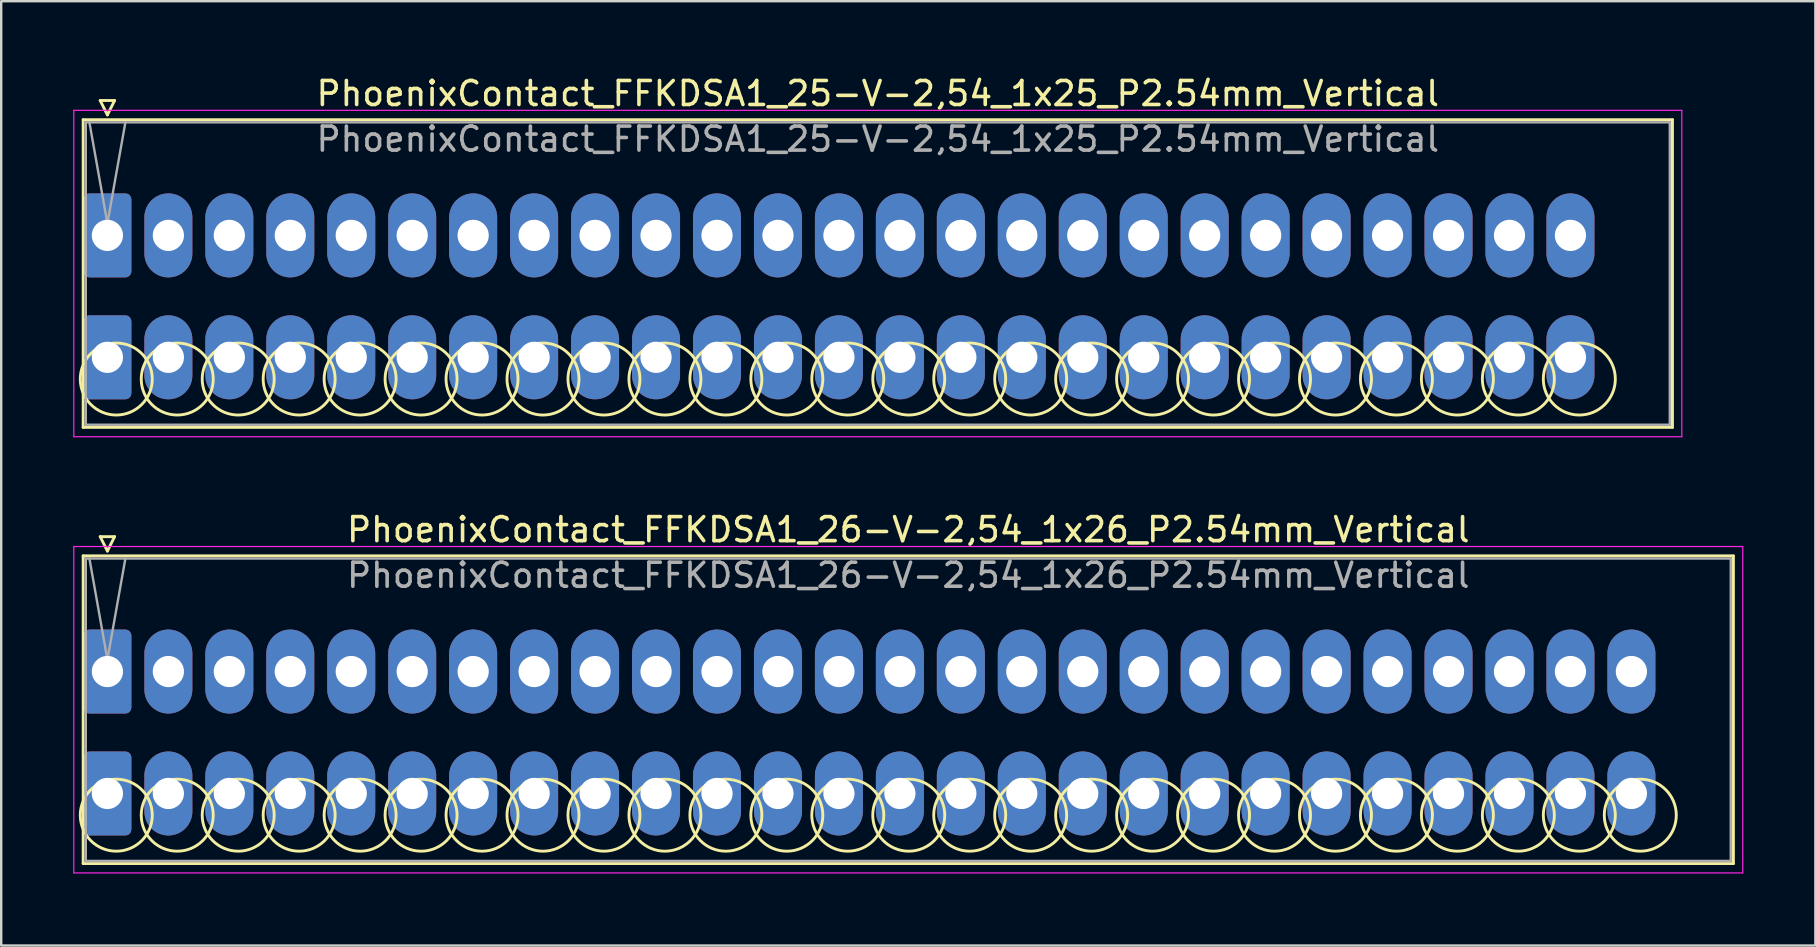
<source format=kicad_pcb>
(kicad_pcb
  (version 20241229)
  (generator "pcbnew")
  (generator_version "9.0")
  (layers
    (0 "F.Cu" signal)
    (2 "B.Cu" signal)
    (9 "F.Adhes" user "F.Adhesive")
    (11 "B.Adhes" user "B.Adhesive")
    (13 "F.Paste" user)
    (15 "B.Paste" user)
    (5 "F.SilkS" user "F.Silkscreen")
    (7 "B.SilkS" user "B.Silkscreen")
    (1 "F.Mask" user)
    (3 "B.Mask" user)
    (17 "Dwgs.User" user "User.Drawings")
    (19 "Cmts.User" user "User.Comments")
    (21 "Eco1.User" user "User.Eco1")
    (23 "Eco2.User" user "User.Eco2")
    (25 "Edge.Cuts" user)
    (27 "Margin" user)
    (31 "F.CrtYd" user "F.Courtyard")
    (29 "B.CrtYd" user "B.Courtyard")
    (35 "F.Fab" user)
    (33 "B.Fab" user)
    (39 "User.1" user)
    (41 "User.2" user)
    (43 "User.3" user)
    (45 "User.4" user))
  (footprint "PhoenixContact_FFKDSA1_26-V-2,54_1x26_P2.54mm_Vertical"
    (layer "F.Cu")
    (at 1.425 24.931)
    (property "Reference" "PhoenixContact_FFKDSA1_26-V-2,54_1x26_P2.54mm_Vertical" (at 33.37 -5.91 0) (layer "F.SilkS") (effects (font (size 1 1) (thickness 0.15))))
    (attr through_hole)
    (fp_line (start -1.01 -4.82) (end -1.01 8) (stroke (width 0.12) (type solid)) (layer "F.SilkS"))
    (fp_line (start -1.01 8) (end 67.75 8) (stroke (width 0.12) (type solid)) (layer "F.SilkS"))
    (fp_line (start -0.3 -5.62) (end 0.3 -5.62) (stroke (width 0.12) (type solid)) (layer "F.SilkS"))
    (fp_line (start 0 -5.02) (end -0.3 -5.62) (stroke (width 0.12) (type solid)) (layer "F.SilkS"))
    (fp_line (start 0.3 -5.62) (end 0 -5.02) (stroke (width 0.12) (type solid)) (layer "F.SilkS"))
    (fp_line (start 67.75 -4.82) (end -1.01 -4.82) (stroke (width 0.12) (type solid)) (layer "F.SilkS"))
    (fp_line (start 67.75 8) (end 67.75 -4.82) (stroke (width 0.12) (type solid)) (layer "F.SilkS"))
    (fp_circle (center 0.37 5.985) (end 1.87 5.985) (stroke (width 0.12) (type solid)) (fill no) (layer "F.SilkS"))
    (fp_circle (center 2.91 5.985) (end 4.41 5.985) (stroke (width 0.12) (type solid)) (fill no) (layer "F.SilkS"))
    (fp_circle (center 5.45 5.985) (end 6.95 5.985) (stroke (width 0.12) (type solid)) (fill no) (layer "F.SilkS"))
    (fp_circle (center 7.99 5.985) (end 9.49 5.985) (stroke (width 0.12) (type solid)) (fill no) (layer "F.SilkS"))
    (fp_circle (center 10.53 5.985) (end 12.03 5.985) (stroke (width 0.12) (type solid)) (fill no) (layer "F.SilkS"))
    (fp_circle (center 13.07 5.985) (end 14.57 5.985) (stroke (width 0.12) (type solid)) (fill no) (layer "F.SilkS"))
    (fp_circle (center 15.61 5.985) (end 17.11 5.985) (stroke (width 0.12) (type solid)) (fill no) (layer "F.SilkS"))
    (fp_circle (center 18.15 5.985) (end 19.65 5.985) (stroke (width 0.12) (type solid)) (fill no) (layer "F.SilkS"))
    (fp_circle (center 20.69 5.985) (end 22.19 5.985) (stroke (width 0.12) (type solid)) (fill no) (layer "F.SilkS"))
    (fp_circle (center 23.23 5.985) (end 24.73 5.985) (stroke (width 0.12) (type solid)) (fill no) (layer "F.SilkS"))
    (fp_circle (center 25.77 5.985) (end 27.27 5.985) (stroke (width 0.12) (type solid)) (fill no) (layer "F.SilkS"))
    (fp_circle (center 28.31 5.985) (end 29.81 5.985) (stroke (width 0.12) (type solid)) (fill no) (layer "F.SilkS"))
    (fp_circle (center 30.85 5.985) (end 32.35 5.985) (stroke (width 0.12) (type solid)) (fill no) (layer "F.SilkS"))
    (fp_circle (center 33.39 5.985) (end 34.89 5.985) (stroke (width 0.12) (type solid)) (fill no) (layer "F.SilkS"))
    (fp_circle (center 35.93 5.985) (end 37.43 5.985) (stroke (width 0.12) (type solid)) (fill no) (layer "F.SilkS"))
    (fp_circle (center 38.47 5.985) (end 39.97 5.985) (stroke (width 0.12) (type solid)) (fill no) (layer "F.SilkS"))
    (fp_circle (center 41.01 5.985) (end 42.51 5.985) (stroke (width 0.12) (type solid)) (fill no) (layer "F.SilkS"))
    (fp_circle (center 43.55 5.985) (end 45.05 5.985) (stroke (width 0.12) (type solid)) (fill no) (layer "F.SilkS"))
    (fp_circle (center 46.09 5.985) (end 47.59 5.985) (stroke (width 0.12) (type solid)) (fill no) (layer "F.SilkS"))
    (fp_circle (center 48.63 5.985) (end 50.13 5.985) (stroke (width 0.12) (type solid)) (fill no) (layer "F.SilkS"))
    (fp_circle (center 51.17 5.985) (end 52.67 5.985) (stroke (width 0.12) (type solid)) (fill no) (layer "F.SilkS"))
    (fp_circle (center 53.71 5.985) (end 55.21 5.985) (stroke (width 0.12) (type solid)) (fill no) (layer "F.SilkS"))
    (fp_circle (center 56.25 5.985) (end 57.75 5.985) (stroke (width 0.12) (type solid)) (fill no) (layer "F.SilkS"))
    (fp_circle (center 58.79 5.985) (end 60.29 5.985) (stroke (width 0.12) (type solid)) (fill no) (layer "F.SilkS"))
    (fp_circle (center 61.33 5.985) (end 62.83 5.985) (stroke (width 0.12) (type solid)) (fill no) (layer "F.SilkS"))
    (fp_circle (center 63.87 5.985) (end 65.37 5.985) (stroke (width 0.12) (type solid)) (fill no) (layer "F.SilkS"))
    (fp_line (start -1.4 -5.21) (end -1.4 8.39) (stroke (width 0.05) (type solid)) (layer "F.CrtYd"))
    (fp_line (start -1.4 8.39) (end 68.14 8.39) (stroke (width 0.05) (type solid)) (layer "F.CrtYd"))
    (fp_line (start 68.14 -5.21) (end -1.4 -5.21) (stroke (width 0.05) (type solid)) (layer "F.CrtYd"))
    (fp_line (start 68.14 8.39) (end 68.14 -5.21) (stroke (width 0.05) (type solid)) (layer "F.CrtYd"))
    (fp_line (start -0.9 -4.71) (end -0.9 7.89) (stroke (width 0.1) (type solid)) (layer "F.Fab"))
    (fp_line (start -0.9 7.89) (end 67.64 7.89) (stroke (width 0.1) (type solid)) (layer "F.Fab"))
    (fp_line (start 0 -0.5) (end -0.75 -4.71) (stroke (width 0.1) (type solid)) (layer "F.Fab"))
    (fp_line (start 0.75 -4.71) (end 0 -0.5) (stroke (width 0.1) (type solid)) (layer "F.Fab"))
    (fp_line (start 67.64 -4.71) (end -0.9 -4.71) (stroke (width 0.1) (type solid)) (layer "F.Fab"))
    (fp_line (start 67.64 7.89) (end 67.64 -4.71) (stroke (width 0.1) (type solid)) (layer "F.Fab"))
    (fp_text user "${REFERENCE}" (at 33.37 -4.01 0) (layer "F.Fab") (effects (font (size 1 1) (thickness 0.15))))
    (pad "1" thru_hole roundrect (at 0 0) (size 2 3.5) (drill 1.3) (layers "*.Cu" "*.Mask") (roundrect_rratio 0.125))
    (pad "1" thru_hole roundrect (at 0 5.08) (size 2 3.5) (drill 1.3) (layers "*.Cu" "*.Mask") (roundrect_rratio 0.125))
    (pad "2" thru_hole oval (at 2.54 0) (size 2 3.5) (drill 1.3) (layers "*.Cu" "*.Mask"))
    (pad "2" thru_hole oval (at 2.54 5.08) (size 2 3.5) (drill 1.3) (layers "*.Cu" "*.Mask"))
    (pad "3" thru_hole oval (at 5.08 0) (size 2 3.5) (drill 1.3) (layers "*.Cu" "*.Mask"))
    (pad "3" thru_hole oval (at 5.08 5.08) (size 2 3.5) (drill 1.3) (layers "*.Cu" "*.Mask"))
    (pad "4" thru_hole oval (at 7.62 0) (size 2 3.5) (drill 1.3) (layers "*.Cu" "*.Mask"))
    (pad "4" thru_hole oval (at 7.62 5.08) (size 2 3.5) (drill 1.3) (layers "*.Cu" "*.Mask"))
    (pad "5" thru_hole oval (at 10.16 0) (size 2 3.5) (drill 1.3) (layers "*.Cu" "*.Mask"))
    (pad "5" thru_hole oval (at 10.16 5.08) (size 2 3.5) (drill 1.3) (layers "*.Cu" "*.Mask"))
    (pad "6" thru_hole oval (at 12.7 0) (size 2 3.5) (drill 1.3) (layers "*.Cu" "*.Mask"))
    (pad "6" thru_hole oval (at 12.7 5.08) (size 2 3.5) (drill 1.3) (layers "*.Cu" "*.Mask"))
    (pad "7" thru_hole oval (at 15.24 0) (size 2 3.5) (drill 1.3) (layers "*.Cu" "*.Mask"))
    (pad "7" thru_hole oval (at 15.24 5.08) (size 2 3.5) (drill 1.3) (layers "*.Cu" "*.Mask"))
    (pad "8" thru_hole oval (at 17.78 0) (size 2 3.5) (drill 1.3) (layers "*.Cu" "*.Mask"))
    (pad "8" thru_hole oval (at 17.78 5.08) (size 2 3.5) (drill 1.3) (layers "*.Cu" "*.Mask"))
    (pad "9" thru_hole oval (at 20.32 0) (size 2 3.5) (drill 1.3) (layers "*.Cu" "*.Mask"))
    (pad "9" thru_hole oval (at 20.32 5.08) (size 2 3.5) (drill 1.3) (layers "*.Cu" "*.Mask"))
    (pad "10" thru_hole oval (at 22.86 0) (size 2 3.5) (drill 1.3) (layers "*.Cu" "*.Mask"))
    (pad "10" thru_hole oval (at 22.86 5.08) (size 2 3.5) (drill 1.3) (layers "*.Cu" "*.Mask"))
    (pad "11" thru_hole oval (at 25.4 0) (size 2 3.5) (drill 1.3) (layers "*.Cu" "*.Mask"))
    (pad "11" thru_hole oval (at 25.4 5.08) (size 2 3.5) (drill 1.3) (layers "*.Cu" "*.Mask"))
    (pad "12" thru_hole oval (at 27.94 0) (size 2 3.5) (drill 1.3) (layers "*.Cu" "*.Mask"))
    (pad "12" thru_hole oval (at 27.94 5.08) (size 2 3.5) (drill 1.3) (layers "*.Cu" "*.Mask"))
    (pad "13" thru_hole oval (at 30.48 0) (size 2 3.5) (drill 1.3) (layers "*.Cu" "*.Mask"))
    (pad "13" thru_hole oval (at 30.48 5.08) (size 2 3.5) (drill 1.3) (layers "*.Cu" "*.Mask"))
    (pad "14" thru_hole oval (at 33.02 0) (size 2 3.5) (drill 1.3) (layers "*.Cu" "*.Mask"))
    (pad "14" thru_hole oval (at 33.02 5.08) (size 2 3.5) (drill 1.3) (layers "*.Cu" "*.Mask"))
    (pad "15" thru_hole oval (at 35.56 0) (size 2 3.5) (drill 1.3) (layers "*.Cu" "*.Mask"))
    (pad "15" thru_hole oval (at 35.56 5.08) (size 2 3.5) (drill 1.3) (layers "*.Cu" "*.Mask"))
    (pad "16" thru_hole oval (at 38.1 0) (size 2 3.5) (drill 1.3) (layers "*.Cu" "*.Mask"))
    (pad "16" thru_hole oval (at 38.1 5.08) (size 2 3.5) (drill 1.3) (layers "*.Cu" "*.Mask"))
    (pad "17" thru_hole oval (at 40.64 0) (size 2 3.5) (drill 1.3) (layers "*.Cu" "*.Mask"))
    (pad "17" thru_hole oval (at 40.64 5.08) (size 2 3.5) (drill 1.3) (layers "*.Cu" "*.Mask"))
    (pad "18" thru_hole oval (at 43.18 0) (size 2 3.5) (drill 1.3) (layers "*.Cu" "*.Mask"))
    (pad "18" thru_hole oval (at 43.18 5.08) (size 2 3.5) (drill 1.3) (layers "*.Cu" "*.Mask"))
    (pad "19" thru_hole oval (at 45.72 0) (size 2 3.5) (drill 1.3) (layers "*.Cu" "*.Mask"))
    (pad "19" thru_hole oval (at 45.72 5.08) (size 2 3.5) (drill 1.3) (layers "*.Cu" "*.Mask"))
    (pad "20" thru_hole oval (at 48.26 0) (size 2 3.5) (drill 1.3) (layers "*.Cu" "*.Mask"))
    (pad "20" thru_hole oval (at 48.26 5.08) (size 2 3.5) (drill 1.3) (layers "*.Cu" "*.Mask"))
    (pad "21" thru_hole oval (at 50.8 0) (size 2 3.5) (drill 1.3) (layers "*.Cu" "*.Mask"))
    (pad "21" thru_hole oval (at 50.8 5.08) (size 2 3.5) (drill 1.3) (layers "*.Cu" "*.Mask"))
    (pad "22" thru_hole oval (at 53.34 0) (size 2 3.5) (drill 1.3) (layers "*.Cu" "*.Mask"))
    (pad "22" thru_hole oval (at 53.34 5.08) (size 2 3.5) (drill 1.3) (layers "*.Cu" "*.Mask"))
    (pad "23" thru_hole oval (at 55.88 0) (size 2 3.5) (drill 1.3) (layers "*.Cu" "*.Mask"))
    (pad "23" thru_hole oval (at 55.88 5.08) (size 2 3.5) (drill 1.3) (layers "*.Cu" "*.Mask"))
    (pad "24" thru_hole oval (at 58.42 0) (size 2 3.5) (drill 1.3) (layers "*.Cu" "*.Mask"))
    (pad "24" thru_hole oval (at 58.42 5.08) (size 2 3.5) (drill 1.3) (layers "*.Cu" "*.Mask"))
    (pad "25" thru_hole oval (at 60.96 0) (size 2 3.5) (drill 1.3) (layers "*.Cu" "*.Mask"))
    (pad "25" thru_hole oval (at 60.96 5.08) (size 2 3.5) (drill 1.3) (layers "*.Cu" "*.Mask"))
    (pad "26" thru_hole oval (at 63.5 0) (size 2 3.5) (drill 1.3) (layers "*.Cu" "*.Mask"))
    (pad "26" thru_hole oval (at 63.5 5.08) (size 2 3.5) (drill 1.3) (layers "*.Cu" "*.Mask")))
  (footprint "PhoenixContact_FFKDSA1_25-V-2,54_1x25_P2.54mm_Vertical"
    (layer "F.Cu")
    (at 1.425 6.758)
    (property "Reference" "PhoenixContact_FFKDSA1_25-V-2,54_1x25_P2.54mm_Vertical" (at 32.1 -5.91 0) (layer "F.SilkS") (effects (font (size 1 1) (thickness 0.15))))
    (attr through_hole)
    (fp_line (start -1.01 -4.82) (end -1.01 8) (stroke (width 0.12) (type solid)) (layer "F.SilkS"))
    (fp_line (start -1.01 8) (end 65.21 8) (stroke (width 0.12) (type solid)) (layer "F.SilkS"))
    (fp_line (start -0.3 -5.62) (end 0.3 -5.62) (stroke (width 0.12) (type solid)) (layer "F.SilkS"))
    (fp_line (start 0 -5.02) (end -0.3 -5.62) (stroke (width 0.12) (type solid)) (layer "F.SilkS"))
    (fp_line (start 0.3 -5.62) (end 0 -5.02) (stroke (width 0.12) (type solid)) (layer "F.SilkS"))
    (fp_line (start 65.21 -4.82) (end -1.01 -4.82) (stroke (width 0.12) (type solid)) (layer "F.SilkS"))
    (fp_line (start 65.21 8) (end 65.21 -4.82) (stroke (width 0.12) (type solid)) (layer "F.SilkS"))
    (fp_circle (center 0.37 5.985) (end 1.87 5.985) (stroke (width 0.12) (type solid)) (fill no) (layer "F.SilkS"))
    (fp_circle (center 2.91 5.985) (end 4.41 5.985) (stroke (width 0.12) (type solid)) (fill no) (layer "F.SilkS"))
    (fp_circle (center 5.45 5.985) (end 6.95 5.985) (stroke (width 0.12) (type solid)) (fill no) (layer "F.SilkS"))
    (fp_circle (center 7.99 5.985) (end 9.49 5.985) (stroke (width 0.12) (type solid)) (fill no) (layer "F.SilkS"))
    (fp_circle (center 10.53 5.985) (end 12.03 5.985) (stroke (width 0.12) (type solid)) (fill no) (layer "F.SilkS"))
    (fp_circle (center 13.07 5.985) (end 14.57 5.985) (stroke (width 0.12) (type solid)) (fill no) (layer "F.SilkS"))
    (fp_circle (center 15.61 5.985) (end 17.11 5.985) (stroke (width 0.12) (type solid)) (fill no) (layer "F.SilkS"))
    (fp_circle (center 18.15 5.985) (end 19.65 5.985) (stroke (width 0.12) (type solid)) (fill no) (layer "F.SilkS"))
    (fp_circle (center 20.69 5.985) (end 22.19 5.985) (stroke (width 0.12) (type solid)) (fill no) (layer "F.SilkS"))
    (fp_circle (center 23.23 5.985) (end 24.73 5.985) (stroke (width 0.12) (type solid)) (fill no) (layer "F.SilkS"))
    (fp_circle (center 25.77 5.985) (end 27.27 5.985) (stroke (width 0.12) (type solid)) (fill no) (layer "F.SilkS"))
    (fp_circle (center 28.31 5.985) (end 29.81 5.985) (stroke (width 0.12) (type solid)) (fill no) (layer "F.SilkS"))
    (fp_circle (center 30.85 5.985) (end 32.35 5.985) (stroke (width 0.12) (type solid)) (fill no) (layer "F.SilkS"))
    (fp_circle (center 33.39 5.985) (end 34.89 5.985) (stroke (width 0.12) (type solid)) (fill no) (layer "F.SilkS"))
    (fp_circle (center 35.93 5.985) (end 37.43 5.985) (stroke (width 0.12) (type solid)) (fill no) (layer "F.SilkS"))
    (fp_circle (center 38.47 5.985) (end 39.97 5.985) (stroke (width 0.12) (type solid)) (fill no) (layer "F.SilkS"))
    (fp_circle (center 41.01 5.985) (end 42.51 5.985) (stroke (width 0.12) (type solid)) (fill no) (layer "F.SilkS"))
    (fp_circle (center 43.55 5.985) (end 45.05 5.985) (stroke (width 0.12) (type solid)) (fill no) (layer "F.SilkS"))
    (fp_circle (center 46.09 5.985) (end 47.59 5.985) (stroke (width 0.12) (type solid)) (fill no) (layer "F.SilkS"))
    (fp_circle (center 48.63 5.985) (end 50.13 5.985) (stroke (width 0.12) (type solid)) (fill no) (layer "F.SilkS"))
    (fp_circle (center 51.17 5.985) (end 52.67 5.985) (stroke (width 0.12) (type solid)) (fill no) (layer "F.SilkS"))
    (fp_circle (center 53.71 5.985) (end 55.21 5.985) (stroke (width 0.12) (type solid)) (fill no) (layer "F.SilkS"))
    (fp_circle (center 56.25 5.985) (end 57.75 5.985) (stroke (width 0.12) (type solid)) (fill no) (layer "F.SilkS"))
    (fp_circle (center 58.79 5.985) (end 60.29 5.985) (stroke (width 0.12) (type solid)) (fill no) (layer "F.SilkS"))
    (fp_circle (center 61.33 5.985) (end 62.83 5.985) (stroke (width 0.12) (type solid)) (fill no) (layer "F.SilkS"))
    (fp_line (start -1.4 -5.21) (end -1.4 8.39) (stroke (width 0.05) (type solid)) (layer "F.CrtYd"))
    (fp_line (start -1.4 8.39) (end 65.6 8.39) (stroke (width 0.05) (type solid)) (layer "F.CrtYd"))
    (fp_line (start 65.6 -5.21) (end -1.4 -5.21) (stroke (width 0.05) (type solid)) (layer "F.CrtYd"))
    (fp_line (start 65.6 8.39) (end 65.6 -5.21) (stroke (width 0.05) (type solid)) (layer "F.CrtYd"))
    (fp_line (start -0.9 -4.71) (end -0.9 7.89) (stroke (width 0.1) (type solid)) (layer "F.Fab"))
    (fp_line (start -0.9 7.89) (end 65.1 7.89) (stroke (width 0.1) (type solid)) (layer "F.Fab"))
    (fp_line (start 0 -0.5) (end -0.75 -4.71) (stroke (width 0.1) (type solid)) (layer "F.Fab"))
    (fp_line (start 0.75 -4.71) (end 0 -0.5) (stroke (width 0.1) (type solid)) (layer "F.Fab"))
    (fp_line (start 65.1 -4.71) (end -0.9 -4.71) (stroke (width 0.1) (type solid)) (layer "F.Fab"))
    (fp_line (start 65.1 7.89) (end 65.1 -4.71) (stroke (width 0.1) (type solid)) (layer "F.Fab"))
    (fp_text user "${REFERENCE}" (at 32.1 -4.01 0) (layer "F.Fab") (effects (font (size 1 1) (thickness 0.15))))
    (pad "1" thru_hole roundrect (at 0 0) (size 2 3.5) (drill 1.3) (layers "*.Cu" "*.Mask") (roundrect_rratio 0.125))
    (pad "1" thru_hole roundrect (at 0 5.08) (size 2 3.5) (drill 1.3) (layers "*.Cu" "*.Mask") (roundrect_rratio 0.125))
    (pad "2" thru_hole oval (at 2.54 0) (size 2 3.5) (drill 1.3) (layers "*.Cu" "*.Mask"))
    (pad "2" thru_hole oval (at 2.54 5.08) (size 2 3.5) (drill 1.3) (layers "*.Cu" "*.Mask"))
    (pad "3" thru_hole oval (at 5.08 0) (size 2 3.5) (drill 1.3) (layers "*.Cu" "*.Mask"))
    (pad "3" thru_hole oval (at 5.08 5.08) (size 2 3.5) (drill 1.3) (layers "*.Cu" "*.Mask"))
    (pad "4" thru_hole oval (at 7.62 0) (size 2 3.5) (drill 1.3) (layers "*.Cu" "*.Mask"))
    (pad "4" thru_hole oval (at 7.62 5.08) (size 2 3.5) (drill 1.3) (layers "*.Cu" "*.Mask"))
    (pad "5" thru_hole oval (at 10.16 0) (size 2 3.5) (drill 1.3) (layers "*.Cu" "*.Mask"))
    (pad "5" thru_hole oval (at 10.16 5.08) (size 2 3.5) (drill 1.3) (layers "*.Cu" "*.Mask"))
    (pad "6" thru_hole oval (at 12.7 0) (size 2 3.5) (drill 1.3) (layers "*.Cu" "*.Mask"))
    (pad "6" thru_hole oval (at 12.7 5.08) (size 2 3.5) (drill 1.3) (layers "*.Cu" "*.Mask"))
    (pad "7" thru_hole oval (at 15.24 0) (size 2 3.5) (drill 1.3) (layers "*.Cu" "*.Mask"))
    (pad "7" thru_hole oval (at 15.24 5.08) (size 2 3.5) (drill 1.3) (layers "*.Cu" "*.Mask"))
    (pad "8" thru_hole oval (at 17.78 0) (size 2 3.5) (drill 1.3) (layers "*.Cu" "*.Mask"))
    (pad "8" thru_hole oval (at 17.78 5.08) (size 2 3.5) (drill 1.3) (layers "*.Cu" "*.Mask"))
    (pad "9" thru_hole oval (at 20.32 0) (size 2 3.5) (drill 1.3) (layers "*.Cu" "*.Mask"))
    (pad "9" thru_hole oval (at 20.32 5.08) (size 2 3.5) (drill 1.3) (layers "*.Cu" "*.Mask"))
    (pad "10" thru_hole oval (at 22.86 0) (size 2 3.5) (drill 1.3) (layers "*.Cu" "*.Mask"))
    (pad "10" thru_hole oval (at 22.86 5.08) (size 2 3.5) (drill 1.3) (layers "*.Cu" "*.Mask"))
    (pad "11" thru_hole oval (at 25.4 0) (size 2 3.5) (drill 1.3) (layers "*.Cu" "*.Mask"))
    (pad "11" thru_hole oval (at 25.4 5.08) (size 2 3.5) (drill 1.3) (layers "*.Cu" "*.Mask"))
    (pad "12" thru_hole oval (at 27.94 0) (size 2 3.5) (drill 1.3) (layers "*.Cu" "*.Mask"))
    (pad "12" thru_hole oval (at 27.94 5.08) (size 2 3.5) (drill 1.3) (layers "*.Cu" "*.Mask"))
    (pad "13" thru_hole oval (at 30.48 0) (size 2 3.5) (drill 1.3) (layers "*.Cu" "*.Mask"))
    (pad "13" thru_hole oval (at 30.48 5.08) (size 2 3.5) (drill 1.3) (layers "*.Cu" "*.Mask"))
    (pad "14" thru_hole oval (at 33.02 0) (size 2 3.5) (drill 1.3) (layers "*.Cu" "*.Mask"))
    (pad "14" thru_hole oval (at 33.02 5.08) (size 2 3.5) (drill 1.3) (layers "*.Cu" "*.Mask"))
    (pad "15" thru_hole oval (at 35.56 0) (size 2 3.5) (drill 1.3) (layers "*.Cu" "*.Mask"))
    (pad "15" thru_hole oval (at 35.56 5.08) (size 2 3.5) (drill 1.3) (layers "*.Cu" "*.Mask"))
    (pad "16" thru_hole oval (at 38.1 0) (size 2 3.5) (drill 1.3) (layers "*.Cu" "*.Mask"))
    (pad "16" thru_hole oval (at 38.1 5.08) (size 2 3.5) (drill 1.3) (layers "*.Cu" "*.Mask"))
    (pad "17" thru_hole oval (at 40.64 0) (size 2 3.5) (drill 1.3) (layers "*.Cu" "*.Mask"))
    (pad "17" thru_hole oval (at 40.64 5.08) (size 2 3.5) (drill 1.3) (layers "*.Cu" "*.Mask"))
    (pad "18" thru_hole oval (at 43.18 0) (size 2 3.5) (drill 1.3) (layers "*.Cu" "*.Mask"))
    (pad "18" thru_hole oval (at 43.18 5.08) (size 2 3.5) (drill 1.3) (layers "*.Cu" "*.Mask"))
    (pad "19" thru_hole oval (at 45.72 0) (size 2 3.5) (drill 1.3) (layers "*.Cu" "*.Mask"))
    (pad "19" thru_hole oval (at 45.72 5.08) (size 2 3.5) (drill 1.3) (layers "*.Cu" "*.Mask"))
    (pad "20" thru_hole oval (at 48.26 0) (size 2 3.5) (drill 1.3) (layers "*.Cu" "*.Mask"))
    (pad "20" thru_hole oval (at 48.26 5.08) (size 2 3.5) (drill 1.3) (layers "*.Cu" "*.Mask"))
    (pad "21" thru_hole oval (at 50.8 0) (size 2 3.5) (drill 1.3) (layers "*.Cu" "*.Mask"))
    (pad "21" thru_hole oval (at 50.8 5.08) (size 2 3.5) (drill 1.3) (layers "*.Cu" "*.Mask"))
    (pad "22" thru_hole oval (at 53.34 0) (size 2 3.5) (drill 1.3) (layers "*.Cu" "*.Mask"))
    (pad "22" thru_hole oval (at 53.34 5.08) (size 2 3.5) (drill 1.3) (layers "*.Cu" "*.Mask"))
    (pad "23" thru_hole oval (at 55.88 0) (size 2 3.5) (drill 1.3) (layers "*.Cu" "*.Mask"))
    (pad "23" thru_hole oval (at 55.88 5.08) (size 2 3.5) (drill 1.3) (layers "*.Cu" "*.Mask"))
    (pad "24" thru_hole oval (at 58.42 0) (size 2 3.5) (drill 1.3) (layers "*.Cu" "*.Mask"))
    (pad "24" thru_hole oval (at 58.42 5.08) (size 2 3.5) (drill 1.3) (layers "*.Cu" "*.Mask"))
    (pad "25" thru_hole oval (at 60.96 0) (size 2 3.5) (drill 1.3) (layers "*.Cu" "*.Mask"))
    (pad "25" thru_hole oval (at 60.96 5.08) (size 2 3.5) (drill 1.3) (layers "*.Cu" "*.Mask")))
  (gr_rect
    (start -3 -3)
    (end 72.59 36.346)
    (stroke (width 0.1) (type default))
    (fill no)
    (layer "Edge.Cuts")))
</source>
